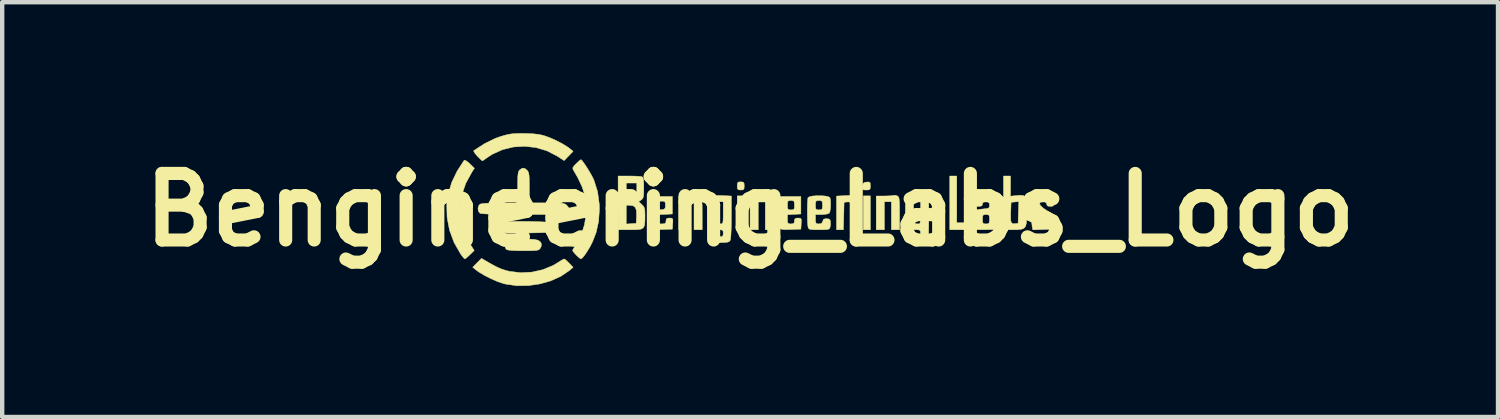
<source format=kicad_pcb>
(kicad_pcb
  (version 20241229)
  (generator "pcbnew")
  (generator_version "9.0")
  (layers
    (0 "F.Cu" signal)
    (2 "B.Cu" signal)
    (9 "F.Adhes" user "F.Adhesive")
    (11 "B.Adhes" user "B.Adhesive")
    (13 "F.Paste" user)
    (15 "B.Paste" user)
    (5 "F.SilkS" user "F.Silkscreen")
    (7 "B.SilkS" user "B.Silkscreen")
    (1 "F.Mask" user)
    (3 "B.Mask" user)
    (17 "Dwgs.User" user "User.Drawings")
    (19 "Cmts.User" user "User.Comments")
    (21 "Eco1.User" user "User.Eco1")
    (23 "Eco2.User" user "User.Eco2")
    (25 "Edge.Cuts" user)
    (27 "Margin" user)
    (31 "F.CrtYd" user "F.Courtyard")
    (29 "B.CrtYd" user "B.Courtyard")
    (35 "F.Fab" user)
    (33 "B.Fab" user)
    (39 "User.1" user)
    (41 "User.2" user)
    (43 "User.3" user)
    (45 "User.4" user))
  (footprint "Bengineering_Labs_Logo"
    (layer "F.Cu")
    (at 14.122 1.755)
    (property "Reference" "Bengineering_Labs_Logo" (at 0 0 0) (layer "F.SilkS") (effects (font (size 1.524 1.524) (thickness 0.3))))
    (attr through_hole)
    (fp_poly (pts (xy -0.134 0.455) (xy -0.294 0.455) (xy -0.294 -0.321) (xy -0.134 -0.321) (xy -0.134 0.455)) (stroke (width 0.01) (type solid)) (fill yes) (layer "F.SilkS"))
    (fp_poly (pts (xy 2.754 0.455) (xy 2.593 0.455) (xy 2.593 -0.321) (xy 2.754 -0.321) (xy 2.754 0.455)) (stroke (width 0.01) (type solid)) (fill yes) (layer "F.SilkS"))
    (fp_poly (pts (xy 4.732 0.294) (xy 4.893 0.294) (xy 4.982 0.295) (xy 5.03 0.303) (xy 5.049 0.322) (xy 5.053 0.361) (xy 5.053 0.374) (xy 5.053 0.455) (xy 4.572 0.455) (xy 4.572 -0.775) (xy 4.732 -0.775) (xy 4.732 0.294)) (stroke (width 0.01) (type solid)) (fill yes) (layer "F.SilkS"))
    (fp_poly (pts (xy -0.16 -0.636) (xy -0.138 -0.61) (xy -0.134 -0.548) (xy -0.138 -0.485) (xy -0.161 -0.459) (xy -0.214 -0.455) (xy -0.268 -0.46) (xy -0.29 -0.486) (xy -0.294 -0.548) (xy -0.29 -0.611) (xy -0.267 -0.637) (xy -0.214 -0.642) (xy -0.16 -0.636)) (stroke (width 0.01) (type solid)) (fill yes) (layer "F.SilkS"))
    (fp_poly (pts (xy 2.749 -0.618) (xy 2.754 -0.562) (xy 2.754 -0.55) (xy 2.75 -0.486) (xy 2.727 -0.46) (xy 2.67 -0.455) (xy 2.659 -0.455) (xy 2.596 -0.458) (xy 2.571 -0.479) (xy 2.571 -0.531) (xy 2.572 -0.541) (xy 2.585 -0.603) (xy 2.62 -0.629) (xy 2.667 -0.637) (xy 2.725 -0.638) (xy 2.749 -0.618)) (stroke (width 0.01) (type solid)) (fill yes) (layer "F.SilkS"))
    (fp_poly (pts (xy -1.208 -0.331) (xy -1.153 -0.314) (xy -1.119 -0.275) (xy -1.103 -0.206) (xy -1.097 -0.099) (xy -1.096 0.052) (xy -1.096 0.081) (xy -1.096 0.455) (xy -1.283 0.455) (xy -1.283 -0.187) (xy -1.444 -0.187) (xy -1.444 0.455) (xy -1.631 0.455) (xy -1.631 -0.315) (xy -1.41 -0.327) (xy -1.292 -0.333) (xy -1.208 -0.331)) (stroke (width 0.01) (type solid)) (fill yes) (layer "F.SilkS"))
    (fp_poly (pts (xy 0.481 -0.321) (xy 0.502 -0.306) (xy 0.517 -0.282) (xy 0.527 -0.24) (xy 0.532 -0.171) (xy 0.534 -0.066) (xy 0.535 0.081) (xy 0.535 0.455) (xy 0.348 0.455) (xy 0.348 -0.187) (xy 0.187 -0.187) (xy 0.187 0.455) (xy 0 0.455) (xy 0 -0.318) (xy 0.187 -0.318) (xy 0.284 -0.32) (xy 0.36 -0.325) (xy 0.4 -0.333) (xy 0.4 -0.334) (xy 0.442 -0.335) (xy 0.481 -0.321)) (stroke (width 0.01) (type solid)) (fill yes) (layer "F.SilkS"))
    (fp_poly (pts (xy 3.368 -0.321) (xy 3.39 -0.306) (xy 3.405 -0.282) (xy 3.414 -0.24) (xy 3.42 -0.171) (xy 3.422 -0.066) (xy 3.422 0.081) (xy 3.422 0.455) (xy 3.235 0.455) (xy 3.235 -0.187) (xy 3.075 -0.187) (xy 3.075 0.455) (xy 2.888 0.455) (xy 2.888 -0.318) (xy 3.074 -0.318) (xy 3.171 -0.32) (xy 3.248 -0.325) (xy 3.287 -0.333) (xy 3.288 -0.334) (xy 3.33 -0.335) (xy 3.368 -0.321)) (stroke (width 0.01) (type solid)) (fill yes) (layer "F.SilkS"))
    (fp_poly (pts (xy 2.382 -0.328) (xy 2.43 -0.312) (xy 2.452 -0.277) (xy 2.459 -0.218) (xy 2.46 -0.157) (xy 2.459 -0.07) (xy 2.451 -0.023) (xy 2.43 -0.004) (xy 2.39 -0.000017) (xy 2.38 0) (xy 2.326 -0.005) (xy 2.304 -0.031) (xy 2.299 -0.094) (xy 2.299 -0.095) (xy 2.296 -0.158) (xy 2.276 -0.183) (xy 2.228 -0.182) (xy 2.226 -0.182) (xy 2.152 -0.174) (xy 2.145 0.14) (xy 2.137 0.455) (xy 1.979 0.455) (xy 1.979 -0.316) (xy 2.172 -0.326) (xy 2.299 -0.331) (xy 2.382 -0.328)) (stroke (width 0.01) (type solid)) (fill yes) (layer "F.SilkS"))
    (fp_poly (pts (xy -5.043 0.67) (xy -4.934 0.678) (xy -4.861 0.693) (xy -4.815 0.718) (xy -4.787 0.756) (xy -4.778 0.779) (xy -4.781 0.833) (xy -4.803 0.879) (xy -4.822 0.902) (xy -4.85 0.918) (xy -4.894 0.928) (xy -4.965 0.933) (xy -5.072 0.935) (xy -5.196 0.936) (xy -5.37 0.933) (xy -5.492 0.926) (xy -5.563 0.914) (xy -5.583 0.904) (xy -5.612 0.841) (xy -5.603 0.767) (xy -5.566 0.713) (xy -5.534 0.693) (xy -5.485 0.68) (xy -5.408 0.672) (xy -5.294 0.669) (xy -5.197 0.668) (xy -5.043 0.67)) (stroke (width 0.01) (type solid)) (fill yes) (layer "F.SilkS"))
    (fp_poly (pts (xy -6.517 -1.134) (xy -6.464 -1.098) (xy -6.418 -1.058) (xy -6.311 -0.953) (xy -6.365 -0.871) (xy -6.507 -0.612) (xy -6.6 -0.347) (xy -6.643 -0.081) (xy -6.635 0.184) (xy -6.577 0.441) (xy -6.468 0.687) (xy -6.42 0.768) (xy -6.315 0.93) (xy -6.414 1.026) (xy -6.473 1.081) (xy -6.517 1.116) (xy -6.53 1.123) (xy -6.554 1.103) (xy -6.596 1.051) (xy -6.631 1.002) (xy -6.777 0.746) (xy -6.88 0.468) (xy -6.936 0.179) (xy -6.944 -0.11) (xy -6.943 -0.12) (xy -6.905 -0.383) (xy -6.828 -0.636) (xy -6.706 -0.888) (xy -6.545 -1.136) (xy -6.517 -1.134)) (stroke (width 0.01) (type solid)) (fill yes) (layer "F.SilkS"))
    (fp_poly (pts (xy -5.004 0.265) (xy -4.847 0.27) (xy -4.709 0.277) (xy -4.601 0.287) (xy -4.529 0.299) (xy -4.507 0.309) (xy -4.469 0.369) (xy -4.479 0.431) (xy -4.503 0.469) (xy -4.518 0.486) (xy -4.542 0.499) (xy -4.579 0.509) (xy -4.638 0.516) (xy -4.726 0.52) (xy -4.849 0.524) (xy -5.013 0.527) (xy -5.151 0.528) (xy -5.367 0.53) (xy -5.535 0.529) (xy -5.66 0.526) (xy -5.748 0.519) (xy -5.805 0.509) (xy -5.829 0.501) (xy -5.885 0.448) (xy -5.906 0.378) (xy -5.884 0.311) (xy -5.881 0.306) (xy -5.843 0.292) (xy -5.761 0.281) (xy -5.643 0.272) (xy -5.5 0.266) (xy -5.339 0.263) (xy -5.171 0.263) (xy -5.004 0.265)) (stroke (width 0.01) (type solid)) (fill yes) (layer "F.SilkS"))
    (fp_poly (pts (xy -6.062 1.161) (xy -5.912 1.247) (xy -5.793 1.31) (xy -5.691 1.354) (xy -5.593 1.386) (xy -5.51 1.407) (xy -5.256 1.438) (xy -4.996 1.425) (xy -4.742 1.368) (xy -4.507 1.271) (xy -4.395 1.203) (xy -4.324 1.158) (xy -4.272 1.129) (xy -4.255 1.123) (xy -4.226 1.141) (xy -4.176 1.186) (xy -4.143 1.219) (xy -4.051 1.315) (xy -4.141 1.391) (xy -4.333 1.521) (xy -4.561 1.624) (xy -4.812 1.695) (xy -5.074 1.733) (xy -5.337 1.736) (xy -5.588 1.701) (xy -5.642 1.688) (xy -5.779 1.642) (xy -5.932 1.575) (xy -6.083 1.499) (xy -6.212 1.421) (xy -6.27 1.379) (xy -6.35 1.313) (xy -6.249 1.211) (xy -6.148 1.11) (xy -6.062 1.161)) (stroke (width 0.01) (type solid)) (fill yes) (layer "F.SilkS"))
    (fp_poly (pts (xy 5.962 -0.313) (xy 6.109 -0.329) (xy 6.198 -0.335) (xy 6.26 -0.327) (xy 6.3 -0.297) (xy 6.323 -0.238) (xy 6.334 -0.143) (xy 6.337 -0.003) (xy 6.337 0.036) (xy 6.335 0.194) (xy 6.326 0.306) (xy 6.305 0.38) (xy 6.265 0.425) (xy 6.201 0.446) (xy 6.106 0.454) (xy 6.028 0.455) (xy 5.802 0.455) (xy 5.802 0.165) (xy 5.965 0.165) (xy 5.969 0.249) (xy 5.984 0.296) (xy 6.012 0.315) (xy 6.057 0.317) (xy 6.062 0.316) (xy 6.136 0.307) (xy 6.144 0.058) (xy 6.152 -0.191) (xy 6.064 -0.182) (xy 5.976 -0.174) (xy 5.968 0.038) (xy 5.965 0.165) (xy 5.802 0.165) (xy 5.802 -0.775) (xy 5.962 -0.775) (xy 5.962 -0.313)) (stroke (width 0.01) (type solid)) (fill yes) (layer "F.SilkS"))
    (fp_poly (pts (xy -4.992 -1.744) (xy -4.837 -1.728) (xy -4.719 -1.701) (xy -4.583 -1.652) (xy -4.433 -1.585) (xy -4.288 -1.509) (xy -4.169 -1.434) (xy -4.131 -1.406) (xy -4.051 -1.341) (xy -4.257 -1.128) (xy -4.419 -1.233) (xy -4.652 -1.353) (xy -4.902 -1.427) (xy -5.16 -1.456) (xy -5.419 -1.44) (xy -5.67 -1.378) (xy -5.904 -1.272) (xy -6.034 -1.187) (xy -6.09 -1.146) (xy -6.125 -1.124) (xy -6.129 -1.123) (xy -6.151 -1.14) (xy -6.199 -1.186) (xy -6.244 -1.231) (xy -6.3 -1.296) (xy -6.326 -1.342) (xy -6.323 -1.358) (xy -6.078 -1.517) (xy -5.844 -1.632) (xy -5.73 -1.674) (xy -5.615 -1.709) (xy -5.517 -1.732) (xy -5.419 -1.745) (xy -5.299 -1.75) (xy -5.187 -1.75) (xy -4.992 -1.744)) (stroke (width 0.01) (type solid)) (fill yes) (layer "F.SilkS"))
    (fp_poly (pts (xy -3.846 -1.128) (xy -3.803 -1.071) (xy -3.748 -0.99) (xy -3.69 -0.896) (xy -3.635 -0.802) (xy -3.591 -0.717) (xy -3.575 -0.682) (xy -3.491 -0.417) (xy -3.452 -0.126) (xy -3.449 -0.014) (xy -3.468 0.265) (xy -3.525 0.52) (xy -3.606 0.728) (xy -3.657 0.83) (xy -3.717 0.932) (xy -3.776 1.021) (xy -3.828 1.088) (xy -3.865 1.121) (xy -3.872 1.123) (xy -3.902 1.105) (xy -3.952 1.061) (xy -3.979 1.035) (xy -4.03 0.979) (xy -4.06 0.938) (xy -4.064 0.929) (xy -4.05 0.899) (xy -4.015 0.84) (xy -3.983 0.792) (xy -3.869 0.579) (xy -3.791 0.338) (xy -3.751 0.084) (xy -3.754 -0.167) (xy -3.78 -0.328) (xy -3.845 -0.527) (xy -3.949 -0.746) (xy -4.031 -0.888) (xy -4.056 -0.933) (xy -4.057 -0.967) (xy -4.03 -1.008) (xy -3.985 -1.055) (xy -3.927 -1.11) (xy -3.884 -1.144) (xy -3.871 -1.15) (xy -3.846 -1.128)) (stroke (width 0.01) (type solid)) (fill yes) (layer "F.SilkS"))
    (fp_poly (pts (xy -1.778 0.094) (xy -2.112 0.109) (xy -2.112 0.215) (xy -2.109 0.283) (xy -2.091 0.313) (xy -2.045 0.321) (xy -2.019 0.321) (xy -1.955 0.316) (xy -1.929 0.293) (xy -1.925 0.254) (xy -1.917 0.207) (xy -1.881 0.189) (xy -1.843 0.187) (xy -1.794 0.19) (xy -1.772 0.207) (xy -1.767 0.253) (xy -1.77 0.314) (xy -1.778 0.441) (xy -2.012 0.449) (xy -2.134 0.451) (xy -2.21 0.446) (xy -2.25 0.433) (xy -2.261 0.421) (xy -2.265 0.382) (xy -2.268 0.3) (xy -2.269 0.188) (xy -2.267 0.057) (xy -2.267 0.039) (xy -2.265 -0.032) (xy -2.11 -0.032) (xy -2.096 -0.005) (xy -2.052 -0.003) (xy -2.027 -0.005) (xy -1.967 -0.016) (xy -1.943 -0.045) (xy -1.938 -0.107) (xy -1.943 -0.17) (xy -1.966 -0.196) (xy -2.019 -0.201) (xy -2.071 -0.195) (xy -2.096 -0.169) (xy -2.107 -0.107) (xy -2.107 -0.098) (xy -2.11 -0.032) (xy -2.265 -0.032) (xy -2.259 -0.307) (xy -1.778 -0.307) (xy -1.778 0.094)) (stroke (width 0.01) (type solid)) (fill yes) (layer "F.SilkS"))
    (fp_poly (pts (xy -5.156 -0.949) (xy -5.107 -0.909) (xy -5.085 -0.882) (xy -5.07 -0.846) (xy -5.06 -0.792) (xy -5.055 -0.709) (xy -5.053 -0.588) (xy -5.053 -0.508) (xy -5.053 -0.16) (xy -4.652 -0.16) (xy -4.496 -0.16) (xy -4.384 -0.157) (xy -4.307 -0.152) (xy -4.257 -0.143) (xy -4.224 -0.128) (xy -4.199 -0.108) (xy -4.198 -0.107) (xy -4.155 -0.056) (xy -4.15 -0.014) (xy -4.183 0.043) (xy -4.186 0.048) (xy -4.227 0.107) (xy -5.182 0.106) (xy -5.453 0.105) (xy -5.686 0.103) (xy -5.878 0.099) (xy -6.026 0.094) (xy -6.127 0.087) (xy -6.179 0.08) (xy -6.183 0.078) (xy -6.221 0.029) (xy -6.229 -0.039) (xy -6.208 -0.104) (xy -6.178 -0.133) (xy -6.133 -0.143) (xy -6.045 -0.151) (xy -5.924 -0.157) (xy -5.78 -0.16) (xy -5.723 -0.16) (xy -5.321 -0.16) (xy -5.321 -0.517) (xy -5.32 -0.665) (xy -5.317 -0.768) (xy -5.31 -0.837) (xy -5.298 -0.881) (xy -5.281 -0.909) (xy -5.272 -0.918) (xy -5.211 -0.957) (xy -5.156 -0.949)) (stroke (width 0.01) (type solid)) (fill yes) (layer "F.SilkS"))
    (fp_poly (pts (xy 1.163 0.094) (xy 1.009 0.102) (xy 0.856 0.11) (xy 0.856 0.215) (xy 0.859 0.283) (xy 0.876 0.313) (xy 0.92 0.321) (xy 0.936 0.321) (xy 0.993 0.314) (xy 1.014 0.283) (xy 1.016 0.254) (xy 1.024 0.207) (xy 1.06 0.189) (xy 1.098 0.187) (xy 1.147 0.19) (xy 1.17 0.207) (xy 1.174 0.253) (xy 1.171 0.314) (xy 1.163 0.441) (xy 0.929 0.449) (xy 0.807 0.451) (xy 0.731 0.446) (xy 0.691 0.433) (xy 0.681 0.421) (xy 0.676 0.382) (xy 0.673 0.3) (xy 0.672 0.188) (xy 0.674 0.057) (xy 0.674 0.039) (xy 0.677 -0.107) (xy 0.856 -0.107) (xy 0.859 -0.038) (xy 0.876 -0.008) (xy 0.919 -0.000169) (xy 0.936 0) (xy 0.987 -0.004) (xy 1.01 -0.027) (xy 1.016 -0.084) (xy 1.016 -0.107) (xy 1.013 -0.176) (xy 0.996 -0.206) (xy 0.953 -0.214) (xy 0.936 -0.214) (xy 0.884 -0.21) (xy 0.861 -0.187) (xy 0.856 -0.13) (xy 0.856 -0.107) (xy 0.677 -0.107) (xy 0.682 -0.307) (xy 1.163 -0.307) (xy 1.163 0.094)) (stroke (width 0.01) (type solid)) (fill yes) (layer "F.SilkS"))
    (fp_poly (pts (xy 6.708 -0.315) (xy 6.938 -0.307) (xy 6.946 -0.194) (xy 6.949 -0.123) (xy 6.938 -0.09) (xy 6.902 -0.081) (xy 6.873 -0.08) (xy 6.814 -0.088) (xy 6.792 -0.118) (xy 6.791 -0.134) (xy 6.779 -0.173) (xy 6.732 -0.187) (xy 6.711 -0.187) (xy 6.646 -0.176) (xy 6.626 -0.144) (xy 6.652 -0.095) (xy 6.72 -0.034) (xy 6.792 0.014) (xy 6.954 0.112) (xy 6.946 0.277) (xy 6.938 0.441) (xy 6.706 0.449) (xy 6.473 0.457) (xy 6.455 0.362) (xy 6.447 0.267) (xy 6.468 0.211) (xy 6.522 0.189) (xy 6.55 0.187) (xy 6.607 0.194) (xy 6.629 0.224) (xy 6.631 0.254) (xy 6.639 0.302) (xy 6.676 0.319) (xy 6.711 0.321) (xy 6.769 0.313) (xy 6.79 0.283) (xy 6.791 0.261) (xy 6.775 0.214) (xy 6.723 0.166) (xy 6.658 0.126) (xy 6.553 0.062) (xy 6.488 0.009) (xy 6.454 -0.043) (xy 6.444 -0.105) (xy 6.444 -0.116) (xy 6.447 -0.211) (xy 6.461 -0.271) (xy 6.496 -0.304) (xy 6.562 -0.316) (xy 6.668 -0.316) (xy 6.708 -0.315)) (stroke (width 0.01) (type solid)) (fill yes) (layer "F.SilkS"))
    (fp_poly (pts (xy 5.662 0.072) (xy 5.67 0.451) (xy 5.416 0.452) (xy 5.162 0.453) (xy 5.145 0.359) (xy 5.137 0.281) (xy 5.138 0.214) (xy 5.321 0.214) (xy 5.324 0.282) (xy 5.341 0.313) (xy 5.384 0.321) (xy 5.401 0.321) (xy 5.452 0.317) (xy 5.475 0.294) (xy 5.481 0.237) (xy 5.481 0.214) (xy 5.478 0.145) (xy 5.461 0.115) (xy 5.418 0.107) (xy 5.401 0.107) (xy 5.349 0.111) (xy 5.327 0.134) (xy 5.321 0.191) (xy 5.321 0.214) (xy 5.138 0.214) (xy 5.138 0.188) (xy 5.146 0.099) (xy 5.159 0.031) (xy 5.17 0.008) (xy 5.204 -0.004) (xy 5.274 -0.015) (xy 5.334 -0.021) (xy 5.418 -0.03) (xy 5.462 -0.043) (xy 5.479 -0.069) (xy 5.481 -0.11) (xy 5.474 -0.165) (xy 5.442 -0.185) (xy 5.401 -0.187) (xy 5.342 -0.179) (xy 5.321 -0.147) (xy 5.321 -0.134) (xy 5.308 -0.095) (xy 5.262 -0.081) (xy 5.239 -0.08) (xy 5.188 -0.083) (xy 5.166 -0.103) (xy 5.163 -0.154) (xy 5.165 -0.194) (xy 5.174 -0.307) (xy 5.655 -0.307) (xy 5.662 0.072)) (stroke (width 0.01) (type solid)) (fill yes) (layer "F.SilkS"))
    (fp_poly (pts (xy -2.655 -0.774) (xy -2.557 -0.769) (xy -2.492 -0.763) (xy -2.475 -0.759) (xy -2.454 -0.741) (xy -2.441 -0.699) (xy -2.435 -0.625) (xy -2.433 -0.507) (xy -2.434 -0.391) (xy -2.44 -0.317) (xy -2.452 -0.272) (xy -2.474 -0.243) (xy -2.491 -0.23) (xy -2.55 -0.189) (xy -2.478 -0.122) (xy -2.441 -0.084) (xy -2.42 -0.042) (xy -2.409 0.018) (xy -2.406 0.112) (xy -2.406 0.148) (xy -2.408 0.275) (xy -2.418 0.361) (xy -2.447 0.414) (xy -2.501 0.442) (xy -2.591 0.453) (xy -2.725 0.455) (xy -2.741 0.455) (xy -3.021 0.455) (xy -3.021 0.324) (xy -2.834 0.324) (xy -2.72 0.316) (xy -2.607 0.307) (xy -2.599 0.138) (xy -2.601 0.02) (xy -2.625 -0.054) (xy -2.676 -0.094) (xy -2.759 -0.106) (xy -2.761 -0.106) (xy -2.834 -0.107) (xy -2.834 0.324) (xy -3.021 0.324) (xy -3.021 -0.615) (xy -2.834 -0.615) (xy -2.834 -0.428) (xy -2.833 -0.33) (xy -2.827 -0.274) (xy -2.812 -0.248) (xy -2.785 -0.241) (xy -2.773 -0.241) (xy -2.704 -0.256) (xy -2.653 -0.282) (xy -2.617 -0.317) (xy -2.599 -0.369) (xy -2.594 -0.454) (xy -2.593 -0.469) (xy -2.593 -0.615) (xy -2.834 -0.615) (xy -3.021 -0.615) (xy -3.021 -0.775) (xy -2.769 -0.775) (xy -2.655 -0.774)) (stroke (width 0.01) (type solid)) (fill yes) (layer "F.SilkS"))
    (fp_poly (pts (xy -0.635 -0.327) (xy -0.428 -0.317) (xy -0.428 0.164) (xy -0.429 0.336) (xy -0.434 0.484) (xy -0.44 0.599) (xy -0.449 0.674) (xy -0.455 0.697) (xy -0.476 0.723) (xy -0.512 0.738) (xy -0.574 0.746) (xy -0.675 0.749) (xy -0.707 0.749) (xy -0.821 0.747) (xy -0.893 0.739) (xy -0.932 0.725) (xy -0.946 0.706) (xy -0.959 0.646) (xy -0.963 0.599) (xy -0.955 0.556) (xy -0.923 0.538) (xy -0.869 0.535) (xy -0.8 0.543) (xy -0.776 0.571) (xy -0.775 0.575) (xy -0.751 0.607) (xy -0.695 0.615) (xy -0.638 0.608) (xy -0.617 0.577) (xy -0.615 0.535) (xy -0.618 0.487) (xy -0.636 0.463) (xy -0.684 0.455) (xy -0.747 0.455) (xy -0.83 0.451) (xy -0.888 0.436) (xy -0.926 0.401) (xy -0.949 0.339) (xy -0.959 0.241) (xy -0.962 0.099) (xy -0.962 0.077) (xy -0.802 0.077) (xy -0.797 0.196) (xy -0.777 0.271) (xy -0.739 0.309) (xy -0.678 0.321) (xy -0.676 0.321) (xy -0.648 0.318) (xy -0.63 0.304) (xy -0.62 0.269) (xy -0.616 0.202) (xy -0.615 0.094) (xy -0.615 0.067) (xy -0.615 -0.187) (xy -0.692 -0.187) (xy -0.743 -0.181) (xy -0.775 -0.156) (xy -0.793 -0.103) (xy -0.801 -0.013) (xy -0.802 0.077) (xy -0.962 0.077) (xy -0.963 0.052) (xy -0.961 -0.1) (xy -0.952 -0.207) (xy -0.929 -0.276) (xy -0.885 -0.314) (xy -0.814 -0.329) (xy -0.708 -0.33) (xy -0.635 -0.327)) (stroke (width 0.01) (type solid)) (fill yes) (layer "F.SilkS"))
    (fp_poly (pts (xy 1.629 -0.324) (xy 1.724 -0.317) (xy 1.795 -0.301) (xy 1.829 -0.279) (xy 1.841 -0.215) (xy 1.845 -0.128) (xy 1.84 -0.037) (xy 1.829 0.037) (xy 1.813 0.075) (xy 1.769 0.093) (xy 1.693 0.105) (xy 1.639 0.107) (xy 1.497 0.107) (xy 1.497 0.214) (xy 1.5 0.282) (xy 1.518 0.313) (xy 1.56 0.321) (xy 1.576 0.321) (xy 1.635 0.311) (xy 1.66 0.273) (xy 1.663 0.261) (xy 1.681 0.216) (xy 1.731 0.201) (xy 1.751 0.201) (xy 1.811 0.21) (xy 1.837 0.245) (xy 1.84 0.263) (xy 1.841 0.342) (xy 1.833 0.39) (xy 1.823 0.421) (xy 1.802 0.44) (xy 1.761 0.45) (xy 1.688 0.454) (xy 1.58 0.455) (xy 1.467 0.454) (xy 1.395 0.449) (xy 1.355 0.439) (xy 1.336 0.419) (xy 1.327 0.394) (xy 1.32 0.339) (xy 1.314 0.248) (xy 1.312 0.133) (xy 1.311 0.011) (xy 1.313 -0.106) (xy 1.313 -0.107) (xy 1.497 -0.107) (xy 1.5 -0.038) (xy 1.518 -0.008) (xy 1.56 -0.000169) (xy 1.577 0) (xy 1.629 -0.004) (xy 1.652 -0.027) (xy 1.658 -0.084) (xy 1.658 -0.107) (xy 1.655 -0.176) (xy 1.637 -0.206) (xy 1.595 -0.214) (xy 1.577 -0.214) (xy 1.526 -0.21) (xy 1.503 -0.187) (xy 1.497 -0.13) (xy 1.497 -0.107) (xy 1.313 -0.107) (xy 1.317 -0.203) (xy 1.323 -0.266) (xy 1.326 -0.279) (xy 1.361 -0.301) (xy 1.432 -0.317) (xy 1.527 -0.324) (xy 1.629 -0.324)) (stroke (width 0.01) (type solid)) (fill yes) (layer "F.SilkS"))
    (fp_poly (pts (xy 3.716 -0.334) (xy 3.757 -0.325) (xy 3.833 -0.319) (xy 3.918 -0.318) (xy 4.091 -0.319) (xy 4.091 0.173) (xy 4.09 0.332) (xy 4.088 0.474) (xy 4.084 0.59) (xy 4.079 0.671) (xy 4.075 0.706) (xy 4.056 0.728) (xy 4.013 0.741) (xy 3.935 0.747) (xy 3.835 0.749) (xy 3.723 0.747) (xy 3.652 0.741) (xy 3.611 0.727) (xy 3.588 0.704) (xy 3.584 0.697) (xy 3.56 0.628) (xy 3.556 0.59) (xy 3.566 0.552) (xy 3.605 0.537) (xy 3.65 0.535) (xy 3.719 0.543) (xy 3.743 0.571) (xy 3.743 0.575) (xy 3.767 0.607) (xy 3.823 0.615) (xy 3.88 0.608) (xy 3.901 0.577) (xy 3.904 0.535) (xy 3.9 0.487) (xy 3.882 0.463) (xy 3.834 0.455) (xy 3.774 0.455) (xy 3.691 0.451) (xy 3.632 0.433) (xy 3.593 0.395) (xy 3.57 0.328) (xy 3.559 0.225) (xy 3.556 0.077) (xy 3.556 0.045) (xy 3.557 -0.088) (xy 3.559 -0.179) (xy 3.56 -0.187) (xy 3.743 -0.187) (xy 3.743 0.049) (xy 3.745 0.157) (xy 3.75 0.243) (xy 3.757 0.295) (xy 3.761 0.303) (xy 3.799 0.317) (xy 3.841 0.321) (xy 3.87 0.319) (xy 3.888 0.305) (xy 3.898 0.27) (xy 3.903 0.204) (xy 3.904 0.097) (xy 3.904 0.067) (xy 3.904 -0.187) (xy 3.743 -0.187) (xy 3.56 -0.187) (xy 3.566 -0.236) (xy 3.58 -0.271) (xy 3.601 -0.295) (xy 3.622 -0.309) (xy 3.678 -0.335) (xy 3.716 -0.334)) (stroke (width 0.01) (type solid)) (fill yes) (layer "F.SilkS")))
  (gr_rect
    (start -3 -3)
    (end 31.245 6.496)
    (stroke (width 0.1) (type default))
    (fill no)
    (layer "Edge.Cuts")))
</source>
